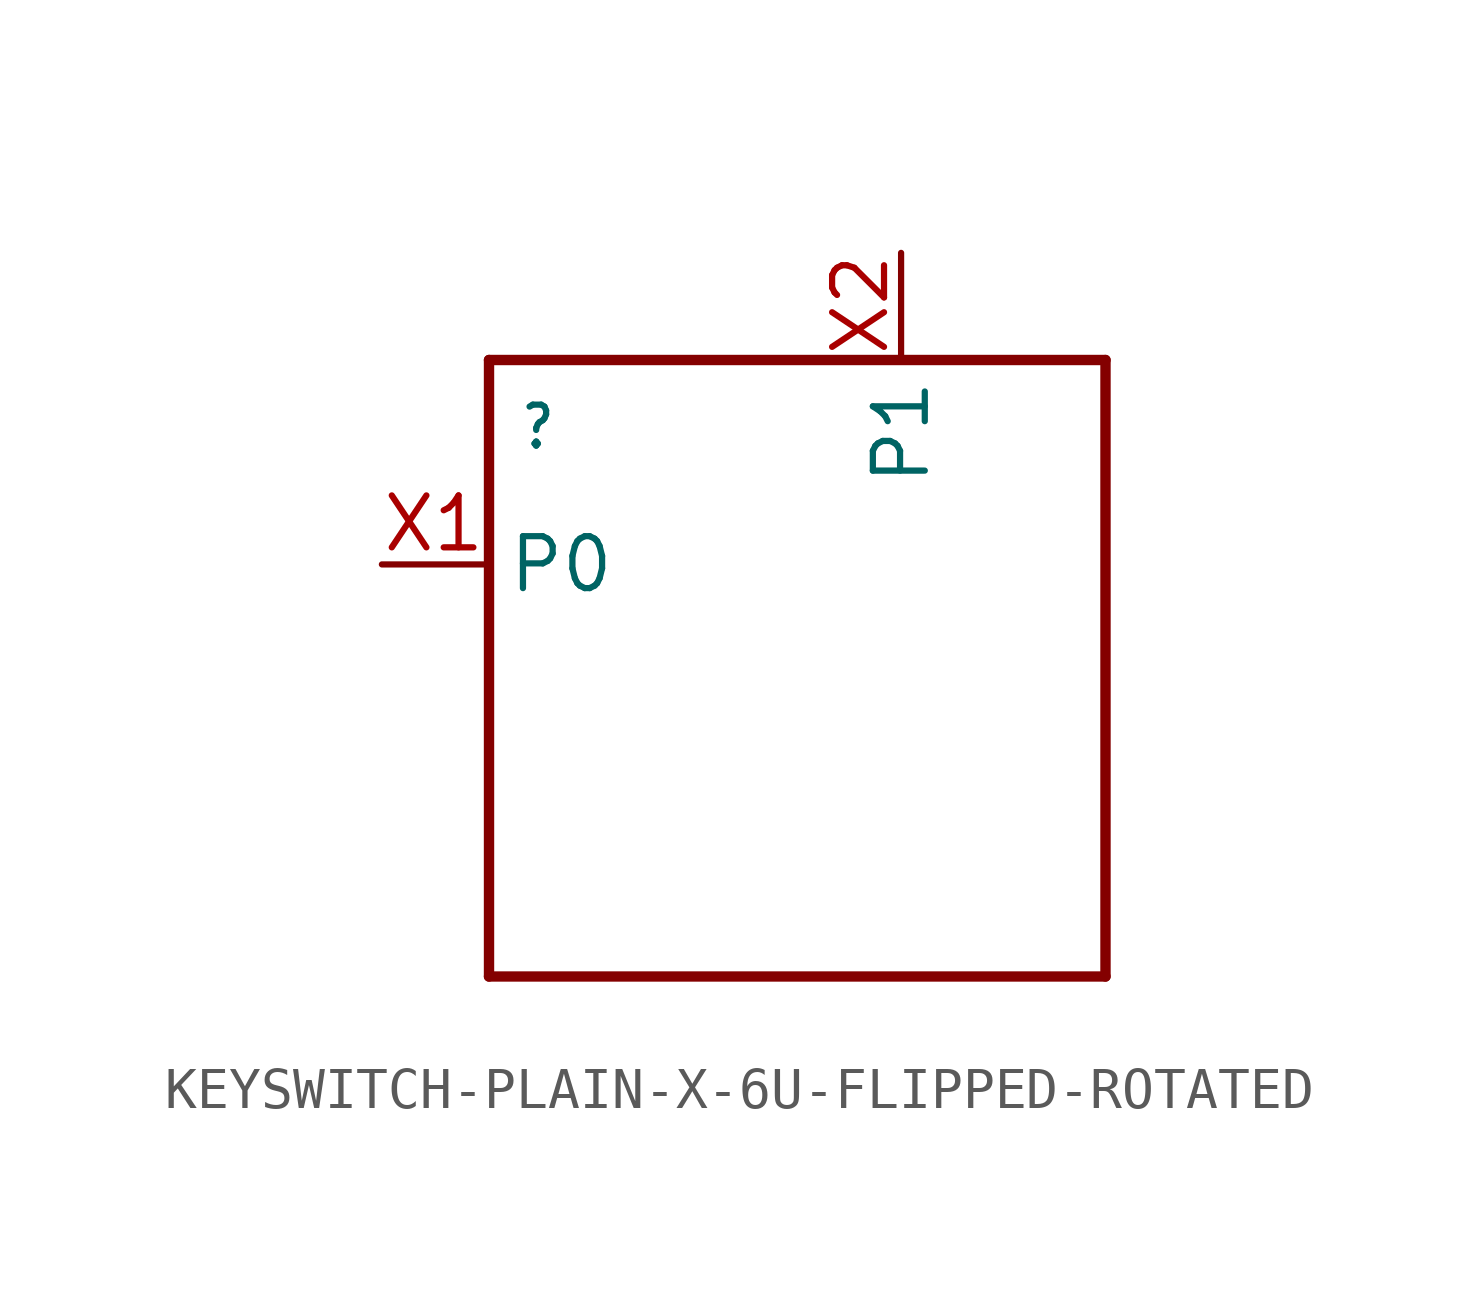
<source format=kicad_sym>
(kicad_symbol_lib
  (version 20211014)
  (generator kicad_symbol_editor)
  (symbol "KEYSWITCH-PLAIN-X-6U-FLIPPED-ROTATED"
    (property "Reference" ""
      (at -6.81 5.318 0)
      (effects (font (size 1 0.85)) (justify left bottom)))
    (property "ki_locked" ""
      (at 0 0 0)
      (effects (font (size 1.27 1.27))))
    (symbol "KEYSWITCH-PLAIN-X-6U-FLIPPED-ROTATED_1_0"
      (polyline (pts (xy -7.54 -7.54) (xy -7.54 7.54)) (stroke (width 0.254) (type default) (color 0 0 0 0)) (fill (type none)))
      (polyline (pts (xy -7.54 7.54) (xy 7.54 7.54)) (stroke (width 0.254) (type default) (color 0 0 0 0)) (fill (type none)))
      (polyline (pts (xy 7.54 -7.54) (xy -7.54 -7.54)) (stroke (width 0.254) (type default) (color 0 0 0 0)) (fill (type none)))
      (polyline (pts (xy 7.54 7.54) (xy 7.54 -7.54)) (stroke (width 0.254) (type default) (color 0 0 0 0)) (fill (type none)))
      (pin bidirectional line (at -10.16 2.54 0) (length 2.54) (name "P0" (effects (font (size 1.27 1.27)))) (number "X1" (effects (font (size 1.27 1.27)))))
      (pin bidirectional line (at 2.54 10.16 270) (length 2.54) (name "P1" (effects (font (size 1.27 1.27)))) (number "X2" (effects (font (size 1.27 1.27))))))))
</source>
